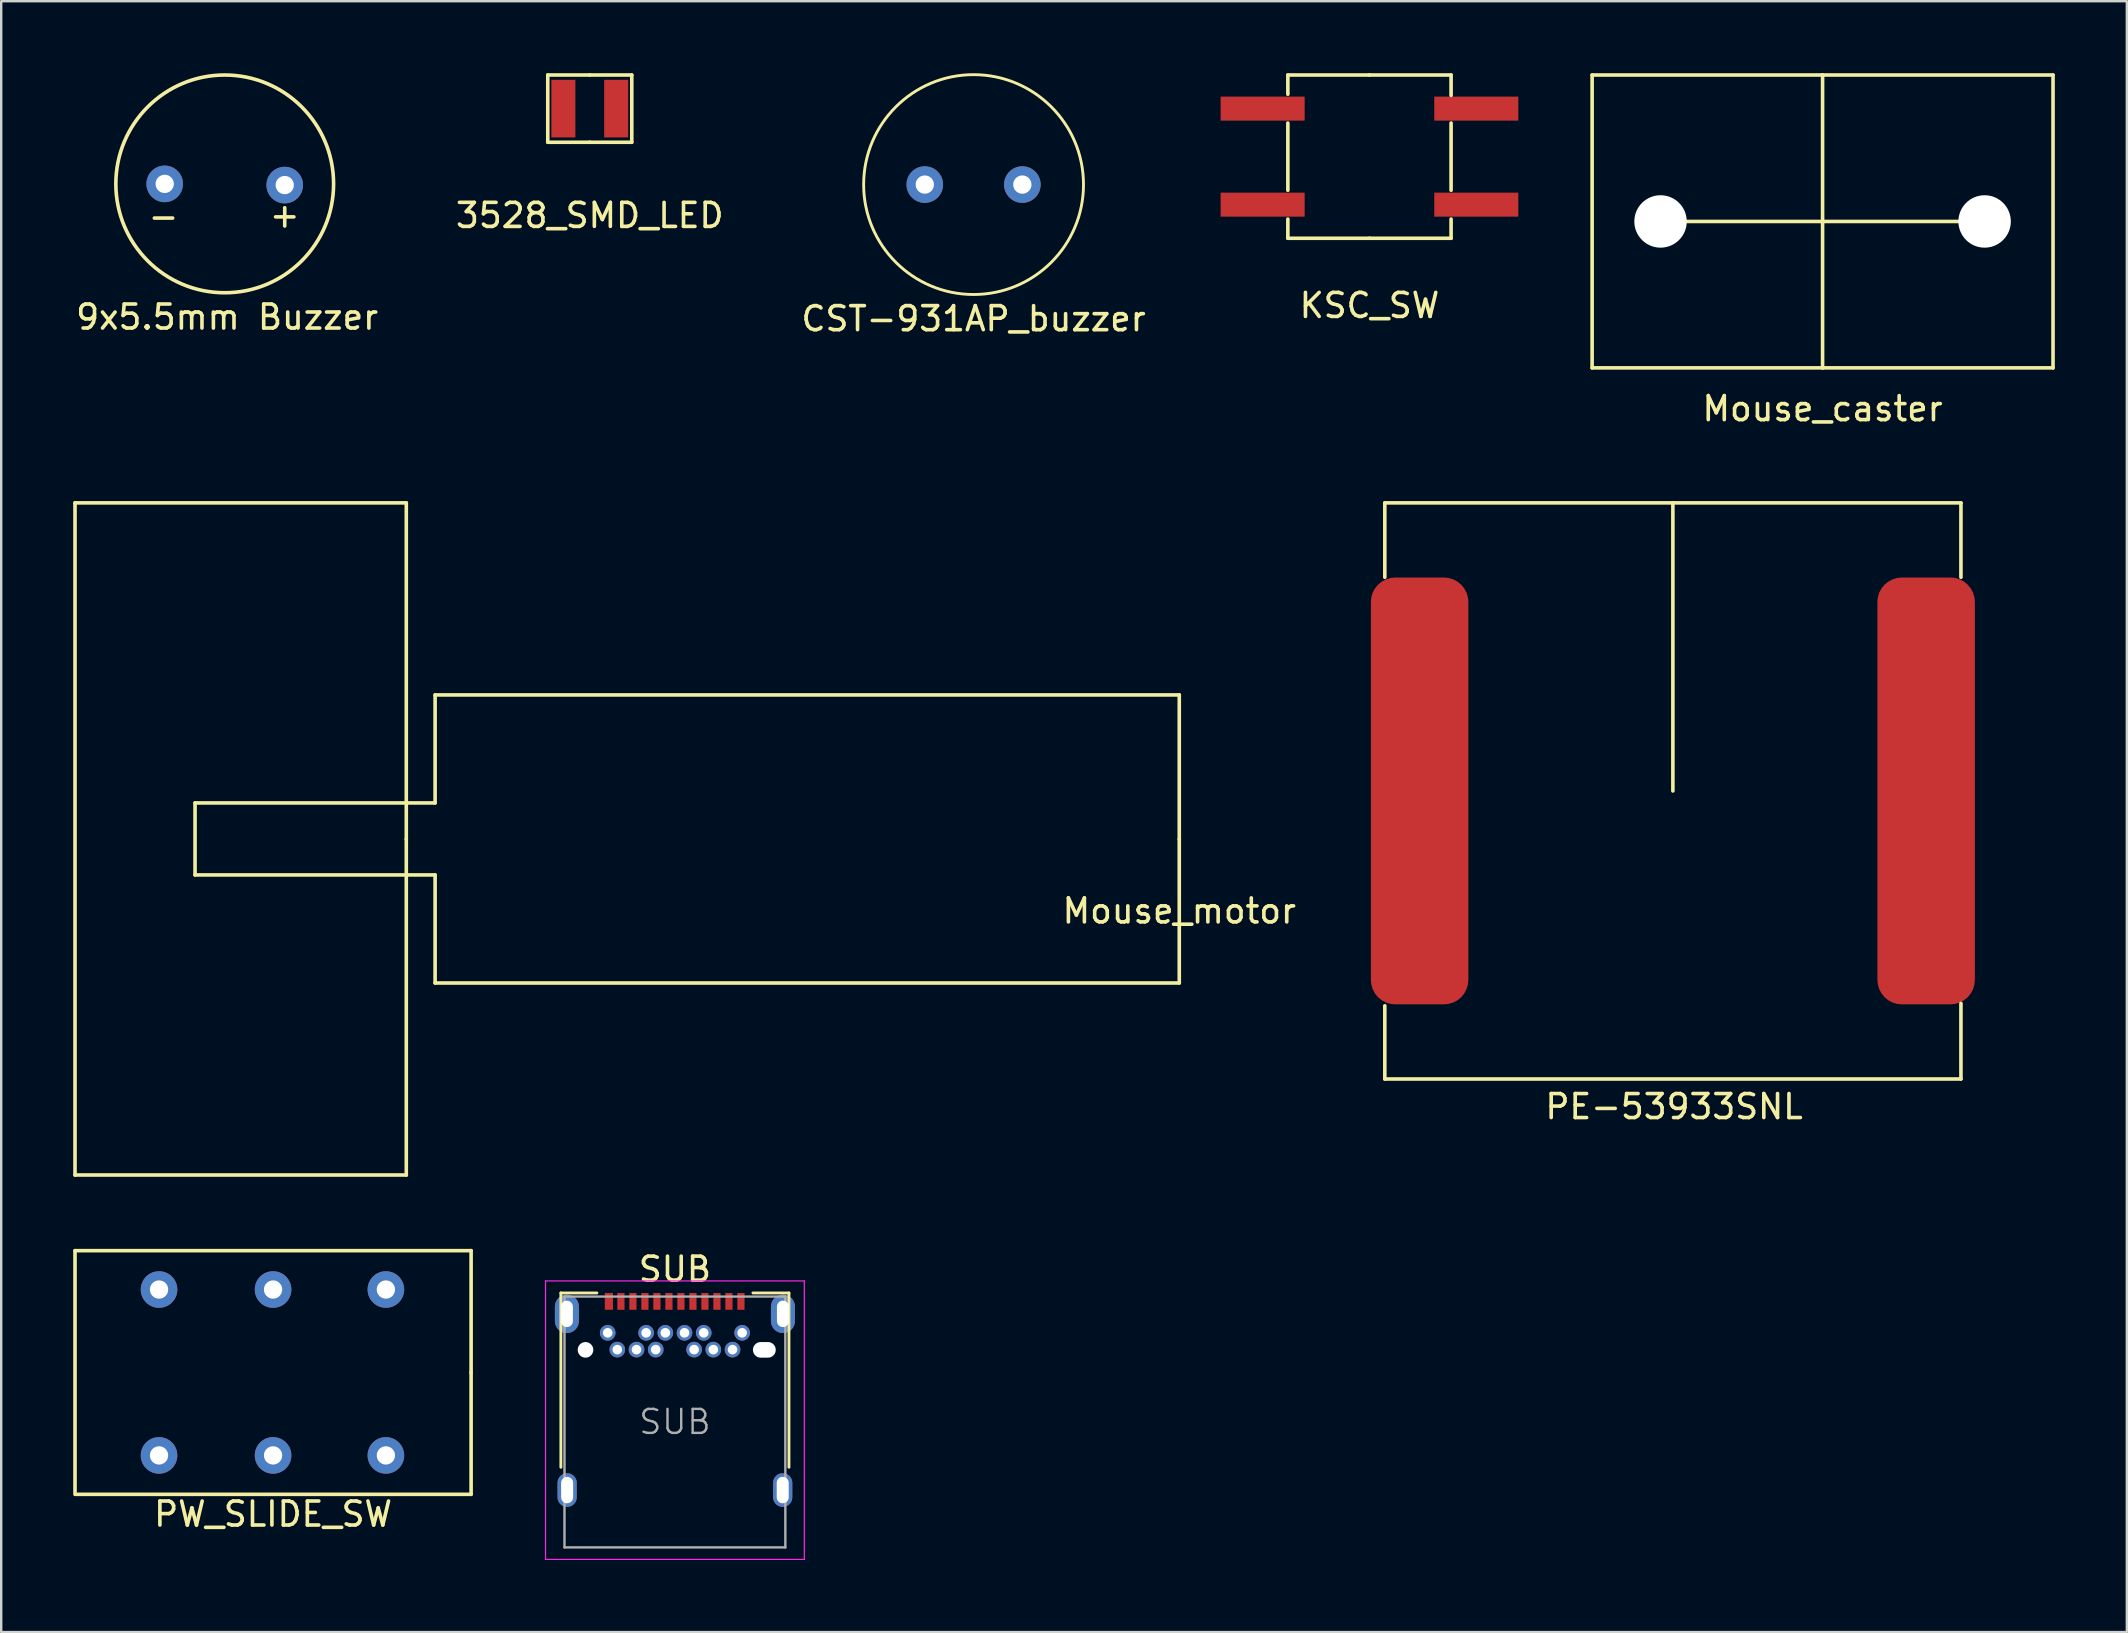
<source format=kicad_pcb>
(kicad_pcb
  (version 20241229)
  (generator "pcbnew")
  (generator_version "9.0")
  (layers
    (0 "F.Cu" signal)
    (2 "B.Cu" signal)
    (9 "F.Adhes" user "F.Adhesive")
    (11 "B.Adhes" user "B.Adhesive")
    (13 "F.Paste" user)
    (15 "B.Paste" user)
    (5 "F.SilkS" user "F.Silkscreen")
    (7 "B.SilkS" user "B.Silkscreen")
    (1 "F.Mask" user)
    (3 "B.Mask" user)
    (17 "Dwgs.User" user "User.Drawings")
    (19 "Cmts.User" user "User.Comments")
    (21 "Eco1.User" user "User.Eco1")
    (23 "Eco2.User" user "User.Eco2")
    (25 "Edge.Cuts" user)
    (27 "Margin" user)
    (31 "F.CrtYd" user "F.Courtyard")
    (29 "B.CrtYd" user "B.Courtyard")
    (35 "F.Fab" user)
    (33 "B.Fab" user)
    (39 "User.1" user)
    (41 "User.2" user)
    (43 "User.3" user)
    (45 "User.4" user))
  (footprint "SUB"
    (layer "F.Cu")
    (at 25.065 56.181)
    (property "Reference" "SUB" (at 0 -6.36 0) (layer "F.SilkS") (effects (font (size 1 1) (thickness 0.15))))
    (attr smd)
    (fp_line (start -4.75 -5.37) (end -4.75 1.89) (stroke (width 0.12) (type solid)) (layer "F.SilkS"))
    (fp_line (start -4.75 -5.37) (end -3.25 -5.37) (stroke (width 0.12) (type solid)) (layer "F.SilkS"))
    (fp_line (start 3.25 -5.37) (end 4.75 -5.37) (stroke (width 0.12) (type solid)) (layer "F.SilkS"))
    (fp_line (start 4.75 -5.37) (end 4.75 1.89) (stroke (width 0.12) (type solid)) (layer "F.SilkS"))
    (fp_line (start -5.39 -5.87) (end 5.39 -5.87) (stroke (width 0.05) (type solid)) (layer "F.CrtYd"))
    (fp_line (start -5.39 5.73) (end -5.39 -5.87) (stroke (width 0.05) (type solid)) (layer "F.CrtYd"))
    (fp_line (start 5.39 -5.87) (end 5.39 5.73) (stroke (width 0.05) (type solid)) (layer "F.CrtYd"))
    (fp_line (start 5.39 5.73) (end -5.39 5.73) (stroke (width 0.05) (type solid)) (layer "F.CrtYd"))
    (fp_line (start -4.6 -5.22) (end 4.6 -5.22) (stroke (width 0.1) (type solid)) (layer "F.Fab"))
    (fp_line (start -4.6 5.23) (end -4.6 -5.22) (stroke (width 0.1) (type solid)) (layer "F.Fab"))
    (fp_line (start -4.6 5.23) (end 4.6 5.23) (stroke (width 0.1) (type solid)) (layer "F.Fab"))
    (fp_line (start 4.6 5.23) (end 4.6 -5.22) (stroke (width 0.1) (type solid)) (layer "F.Fab"))
    (fp_text user "${REFERENCE}" (at 0 0 0) (layer "F.Fab") (effects (font (size 1 1) (thickness 0.1))))
    (pad "" np_thru_hole circle (at -3.725 -3) (size 0.65 0.65) (drill 0.65) (layers "*.Cu" "*.Mask"))
    (pad "" np_thru_hole oval (at 3.725 -3) (size 0.95 0.65) (drill oval 0.95 0.65) (layers "*.Cu" "*.Mask"))
    (pad "A1" smd rect (at -2.75 -5.02) (size 0.34 0.7) (layers "F.Cu" "F.Mask" "F.Paste"))
    (pad "A2" smd rect (at -2.25 -5.02) (size 0.3 0.7) (layers "F.Cu" "F.Mask" "F.Paste"))
    (pad "A3" smd rect (at -1.75 -5.02) (size 0.3 0.7) (layers "F.Cu" "F.Mask" "F.Paste"))
    (pad "A4" smd rect (at -1.25 -5.02) (size 0.3 0.7) (layers "F.Cu" "F.Mask" "F.Paste"))
    (pad "A5" smd rect (at -0.75 -5.02) (size 0.3 0.7) (layers "F.Cu" "F.Mask" "F.Paste"))
    (pad "A6" smd rect (at -0.25 -5.02) (size 0.3 0.7) (layers "F.Cu" "F.Mask" "F.Paste"))
    (pad "A7" smd rect (at 0.25 -5.02) (size 0.3 0.7) (layers "F.Cu" "F.Mask" "F.Paste"))
    (pad "A8" smd rect (at 0.75 -5.02) (size 0.3 0.7) (layers "F.Cu" "F.Mask" "F.Paste"))
    (pad "A9" smd rect (at 1.25 -5.02) (size 0.3 0.7) (layers "F.Cu" "F.Mask" "F.Paste"))
    (pad "A10" smd rect (at 1.75 -5.02) (size 0.3 0.7) (layers "F.Cu" "F.Mask" "F.Paste"))
    (pad "A11" smd rect (at 2.25 -5.02) (size 0.3 0.7) (layers "F.Cu" "F.Mask" "F.Paste"))
    (pad "A12" smd rect (at 2.75 -5.02) (size 0.3 0.7) (layers "F.Cu" "F.Mask" "F.Paste"))
    (pad "B1" thru_hole circle (at 2.8 -3.71) (size 0.65 0.65) (drill 0.4) (layers "*.Cu" "*.Mask"))
    (pad "B2" thru_hole circle (at 2.4 -3.01) (size 0.65 0.65) (drill 0.4) (layers "*.Cu" "*.Mask"))
    (pad "B3" thru_hole circle (at 1.6 -3.01) (size 0.65 0.65) (drill 0.4) (layers "*.Cu" "*.Mask"))
    (pad "B4" thru_hole circle (at 1.2 -3.71) (size 0.65 0.65) (drill 0.4) (layers "*.Cu" "*.Mask"))
    (pad "B5" thru_hole circle (at 0.8 -3.01) (size 0.65 0.65) (drill 0.4) (layers "*.Cu" "*.Mask"))
    (pad "B6" thru_hole circle (at 0.4 -3.71) (size 0.65 0.65) (drill 0.4) (layers "*.Cu" "*.Mask"))
    (pad "B7" thru_hole circle (at -0.4 -3.71) (size 0.65 0.65) (drill 0.4) (layers "*.Cu" "*.Mask"))
    (pad "B8" thru_hole circle (at -0.8 -3.01) (size 0.65 0.65) (drill 0.4) (layers "*.Cu" "*.Mask"))
    (pad "B9" thru_hole circle (at -1.2 -3.71) (size 0.65 0.65) (drill 0.4) (layers "*.Cu" "*.Mask"))
    (pad "B10" thru_hole circle (at -1.6 -3.01) (size 0.65 0.65) (drill 0.4) (layers "*.Cu" "*.Mask"))
    (pad "B11" thru_hole circle (at -2.4 -3.01) (size 0.65 0.65) (drill 0.4) (layers "*.Cu" "*.Mask"))
    (pad "B12" thru_hole circle (at -2.8 -3.71) (size 0.65 0.65) (drill 0.4) (layers "*.Cu" "*.Mask"))
    (pad "S1" thru_hole oval (at -4.5 -4.5) (size 1 1.6) (drill oval 0.5 1.1) (layers "*.Cu" "*.Mask"))
    (pad "S1" thru_hole oval (at -4.49 2.84) (size 0.8 1.4) (drill oval 0.5 1.1) (layers "*.Cu" "*.Mask"))
    (pad "S1" thru_hole oval (at 4.49 2.84) (size 0.8 1.4) (drill oval 0.5 1.1) (layers "*.Cu" "*.Mask"))
    (pad "S1" thru_hole oval (at 4.5 -4.5) (size 1 1.6) (drill oval 0.5 1.1) (layers "*.Cu" "*.Mask")))
  (footprint "3528_SMD_LED"
    (layer "F.Cu")
    (at 21.518 1.475)
    (property "Reference" "3528_SMD_LED" (at 0 4.45 0) (layer "F.SilkS") (effects (font (size 1 1) (thickness 0.15))))
    (attr through_hole)
    (fp_line (start -1.75 -1.4) (end -1.75 1.4) (stroke (width 0.15) (type solid)) (layer "F.SilkS"))
    (fp_line (start 0 -1.4) (end -1.75 -1.4) (stroke (width 0.15) (type solid)) (layer "F.SilkS"))
    (fp_line (start 0 -1.4) (end 1.75 -1.4) (stroke (width 0.15) (type solid)) (layer "F.SilkS"))
    (fp_line (start 0 1.4) (end -1.75 1.4) (stroke (width 0.15) (type solid)) (layer "F.SilkS"))
    (fp_line (start 0 1.4) (end 1.75 1.4) (stroke (width 0.15) (type solid)) (layer "F.SilkS"))
    (fp_line (start 1.75 -1.4) (end 1.75 1.4) (stroke (width 0.15) (type solid)) (layer "F.SilkS"))
    (pad "1" smd rect (at -1.1 0) (size 1 2.4) (layers "F.Cu" "F.Mask" "F.Paste"))
    (pad "2" smd rect (at 1.1 0) (size 1 2.4) (layers "F.Cu" "F.Mask" "F.Paste")))
  (footprint "PW_SLIDE_SW"
    (layer "F.Cu")
    (at 8.325 54.123)
    (property "Reference" "PW_SLIDE_SW" (at 0 5.9 0) (layer "F.SilkS") (effects (font (size 1 1) (thickness 0.15))))
    (attr through_hole)
    (fp_line (start -8.25 -5.075) (end -8.25 5.075) (stroke (width 0.15) (type solid)) (layer "F.SilkS"))
    (fp_line (start -8.225 5.075) (end 8.25 5.075) (stroke (width 0.15) (type solid)) (layer "F.SilkS"))
    (fp_line (start 8.25 -5.075) (end -8.25 -5.075) (stroke (width 0.15) (type solid)) (layer "F.SilkS"))
    (fp_line (start 8.25 0) (end 8.25 -5.075) (stroke (width 0.15) (type solid)) (layer "F.SilkS"))
    (fp_line (start 8.25 5.075) (end 8.25 0) (stroke (width 0.15) (type solid)) (layer "F.SilkS"))
    (pad "1" thru_hole circle (at 4.7 -3.455) (size 1.524 1.524) (drill 0.762) (layers "*.Cu" "*.Mask"))
    (pad "1" thru_hole circle (at 4.7 3.455) (size 1.524 1.524) (drill 0.762) (layers "*.Cu" "*.Mask"))
    (pad "2" thru_hole circle (at 0 -3.455) (size 1.524 1.524) (drill 0.762) (layers "*.Cu" "*.Mask"))
    (pad "2" thru_hole circle (at 0 3.455) (size 1.524 1.524) (drill 0.762) (layers "*.Cu" "*.Mask"))
    (pad "3" thru_hole circle (at -4.75 -3.455) (size 1.524 1.524) (drill 0.762) (layers "*.Cu" "*.Mask"))
    (pad "3" thru_hole circle (at -4.75 3.455) (size 1.524 1.524) (drill 0.762) (layers "*.Cu" "*.Mask")))
  (footprint "KSC_SW"
    (layer "F.Cu")
    (at 53.998 3.475)
    (property "Reference" "KSC_SW" (at 0 6.2 0) (layer "F.SilkS") (effects (font (size 1 1) (thickness 0.15))))
    (attr through_hole)
    (fp_line (start -3.4 -3.4) (end -3.4 -2.6) (stroke (width 0.15) (type solid)) (layer "F.SilkS"))
    (fp_line (start -3.4 -1.4) (end -3.4 1.4) (stroke (width 0.15) (type solid)) (layer "F.SilkS"))
    (fp_line (start -3.4 3.4) (end -3.4 2.6) (stroke (width 0.15) (type solid)) (layer "F.SilkS"))
    (fp_line (start 0 -3.4) (end -3.4 -3.4) (stroke (width 0.15) (type solid)) (layer "F.SilkS"))
    (fp_line (start 0 -3.4) (end 3.4 -3.4) (stroke (width 0.15) (type solid)) (layer "F.SilkS"))
    (fp_line (start 0 3.4) (end -3.4 3.4) (stroke (width 0.15) (type solid)) (layer "F.SilkS"))
    (fp_line (start 0 3.4) (end 3.4 3.4) (stroke (width 0.15) (type solid)) (layer "F.SilkS"))
    (fp_line (start 3.4 -3.4) (end 3.4 -2.55) (stroke (width 0.15) (type solid)) (layer "F.SilkS"))
    (fp_line (start 3.4 -1.4) (end 3.4 1.4) (stroke (width 0.15) (type solid)) (layer "F.SilkS"))
    (fp_line (start 3.4 3.4) (end 3.4 2.6) (stroke (width 0.15) (type solid)) (layer "F.SilkS"))
    (pad "1" smd rect (at -4.45 -2) (size 3.5 1) (layers "F.Cu" "F.Mask" "F.Paste"))
    (pad "2" smd rect (at 4.45 -2) (size 3.5 1) (layers "F.Cu" "F.Mask" "F.Paste"))
    (pad "3" smd rect (at -4.45 2) (size 3.5 1) (layers "F.Cu" "F.Mask" "F.Paste"))
    (pad "4" smd rect (at 4.45 2) (size 3.5 1) (layers "F.Cu" "F.Mask" "F.Paste")))
  (footprint "Mouse_motor"
    (layer "F.Cu")
    (at 46.075 31.898)
    (property "Reference" "Mouse_motor" (at 0 3 0) (layer "F.SilkS") (effects (font (size 1 1) (thickness 0.15))))
    (attr through_hole)
    (fp_line (start -46 -14) (end -46 14) (stroke (width 0.15) (type solid)) (layer "F.SilkS"))
    (fp_line (start -41 -1.5) (end -41 1.5) (stroke (width 0.15) (type solid)) (layer "F.SilkS"))
    (fp_line (start -32.2 -14) (end -46 -14) (stroke (width 0.15) (type solid)) (layer "F.SilkS"))
    (fp_line (start -32.2 0) (end -32.2 -14) (stroke (width 0.15) (type solid)) (layer "F.SilkS"))
    (fp_line (start -32.2 0) (end -32.2 14) (stroke (width 0.15) (type solid)) (layer "F.SilkS"))
    (fp_line (start -32.2 14) (end -46 14) (stroke (width 0.15) (type solid)) (layer "F.SilkS"))
    (fp_line (start -31 -6) (end -31 -1.5) (stroke (width 0.15) (type solid)) (layer "F.SilkS"))
    (fp_line (start -31 -1.5) (end -41 -1.5) (stroke (width 0.15) (type solid)) (layer "F.SilkS"))
    (fp_line (start -31 1.5) (end -41 1.5) (stroke (width 0.15) (type solid)) (layer "F.SilkS"))
    (fp_line (start -31 6) (end -31 1.5) (stroke (width 0.15) (type solid)) (layer "F.SilkS"))
    (fp_line (start 0 -6) (end -31 -6) (stroke (width 0.15) (type solid)) (layer "F.SilkS"))
    (fp_line (start 0 0) (end 0 -6) (stroke (width 0.15) (type solid)) (layer "F.SilkS"))
    (fp_line (start 0 0) (end 0 6) (stroke (width 0.15) (type solid)) (layer "F.SilkS"))
    (fp_line (start 0 6) (end -31 6) (stroke (width 0.15) (type solid)) (layer "F.SilkS")))
  (footprint "9x5.5mm Buzzer"
    (layer "F.Cu")
    (at 6.311 4.61)
    (property "Reference" "9x5.5mm Buzzer" (at 0.1 5.55 0) (layer "F.SilkS") (effects (font (size 1 1) (thickness 0.15))))
    (attr through_hole)
    (fp_circle (center 0 0) (end 4.4 -1.1) (stroke (width 0.15) (type solid)) (fill no) (layer "F.SilkS"))
    (fp_text user "-" (at -2.55 1.35 0) (layer "F.SilkS") (effects (font (size 1 1) (thickness 0.15))))
    (fp_text user "+" (at 2.5 1.3 0) (layer "F.SilkS") (effects (font (size 1 1) (thickness 0.15))))
    (pad "1" thru_hole circle (at 2.5 0.05) (size 1.524 1.524) (drill 0.762) (layers "*.Cu" "*.Mask"))
    (pad "2" thru_hole circle (at -2.5 0) (size 1.524 1.524) (drill 0.762) (layers "*.Cu" "*.Mask")))
  (footprint "Mouse_caster"
    (layer "F.Cu")
    (at 72.873 6.175)
    (property "Reference" "Mouse_caster" (at 0 7.8 0) (layer "F.SilkS") (effects (font (size 1 1) (thickness 0.15))))
    (attr through_hole)
    (fp_line (start -9.6 6.1) (end -9.6 -6.1) (stroke (width 0.15) (type solid)) (layer "F.SilkS"))
    (fp_line (start 0 -6.1) (end -9.6 -6.1) (stroke (width 0.15) (type solid)) (layer "F.SilkS"))
    (fp_line (start 0 -6.1) (end 9.6 -6.1) (stroke (width 0.15) (type solid)) (layer "F.SilkS"))
    (fp_line (start 0 0) (end -6.75 0) (stroke (width 0.15) (type solid)) (layer "F.SilkS"))
    (fp_line (start 0 0) (end 0 -6.1) (stroke (width 0.15) (type solid)) (layer "F.SilkS"))
    (fp_line (start 0 0) (end 0 6.1) (stroke (width 0.15) (type solid)) (layer "F.SilkS"))
    (fp_line (start 0 0) (end 6.75 0) (stroke (width 0.15) (type solid)) (layer "F.SilkS"))
    (fp_line (start 0 6.1) (end -9.6 6.1) (stroke (width 0.15) (type solid)) (layer "F.SilkS"))
    (fp_line (start 0 6.1) (end 9.6 6.1) (stroke (width 0.15) (type solid)) (layer "F.SilkS"))
    (fp_line (start 9.6 6.1) (end 9.6 -6.1) (stroke (width 0.15) (type solid)) (layer "F.SilkS"))
    (pad "" np_thru_hole circle (at -6.75 0) (size 2.184 2.184) (drill 2.184) (layers "*.Cu" "*.Mask"))
    (pad "" np_thru_hole circle (at 6.75 0) (size 2.184 2.184) (drill 2.184) (layers "*.Cu" "*.Mask")))
  (footprint "CST-931AP_buzzer"
    (layer "F.Cu")
    (at 37.506 4.639)
    (property "Reference" "CST-931AP_buzzer" (at 0 5.588 0) (layer "F.SilkS") (effects (font (size 1 1) (thickness 0.15))))
    (attr through_hole)
    (fp_circle (center 0 0) (end 4.572 -0.254) (stroke (width 0.12) (type solid)) (fill no) (layer "F.SilkS"))
    (pad "1" thru_hole circle (at 2.032 0) (size 1.524 1.524) (drill 0.762) (layers "*.Cu" "*.Mask"))
    (pad "2" thru_hole circle (at -2.032 0) (size 1.524 1.524) (drill 0.762) (layers "*.Cu" "*.Mask")))
  (footprint "PE-53933SNL"
    (layer "F.Cu")
    (at 66.637 29.898)
    (property "Reference" "PE-53933SNL" (at 0.05 13.15 0) (layer "F.SilkS") (effects (font (size 1 1) (thickness 0.15))))
    (attr through_hole)
    (fp_line (start -12 -12) (end -12 -8.9) (stroke (width 0.15) (type solid)) (layer "F.SilkS"))
    (fp_line (start -12 12) (end -12 8.95) (stroke (width 0.15) (type solid)) (layer "F.SilkS"))
    (fp_line (start 0 -12) (end -12 -12) (stroke (width 0.15) (type solid)) (layer "F.SilkS"))
    (fp_line (start 0 -12) (end 12 -12) (stroke (width 0.15) (type solid)) (layer "F.SilkS"))
    (fp_line (start 0 0) (end 0 -12) (stroke (width 0.15) (type solid)) (layer "F.SilkS"))
    (fp_line (start 12 -12) (end 12 -8.9) (stroke (width 0.15) (type solid)) (layer "F.SilkS"))
    (fp_line (start 12 12) (end -12 12) (stroke (width 0.15) (type solid)) (layer "F.SilkS"))
    (fp_line (start 12 12) (end 12 8.85) (stroke (width 0.15) (type solid)) (layer "F.SilkS"))
    (pad "1" smd roundrect (at 10.55 0) (size 4.06 17.78) (layers "F.Cu" "F.Mask" "F.Paste") (roundrect_rratio 0.25))
    (pad "2" smd roundrect (at -10.55 0) (size 4.06 17.78) (layers "F.Cu" "F.Mask" "F.Paste") (roundrect_rratio 0.25)))
  (gr_rect
    (start -3 -3)
    (end 85.548 64.936)
    (stroke (width 0.1) (type default))
    (fill no)
    (layer "Edge.Cuts")))
</source>
